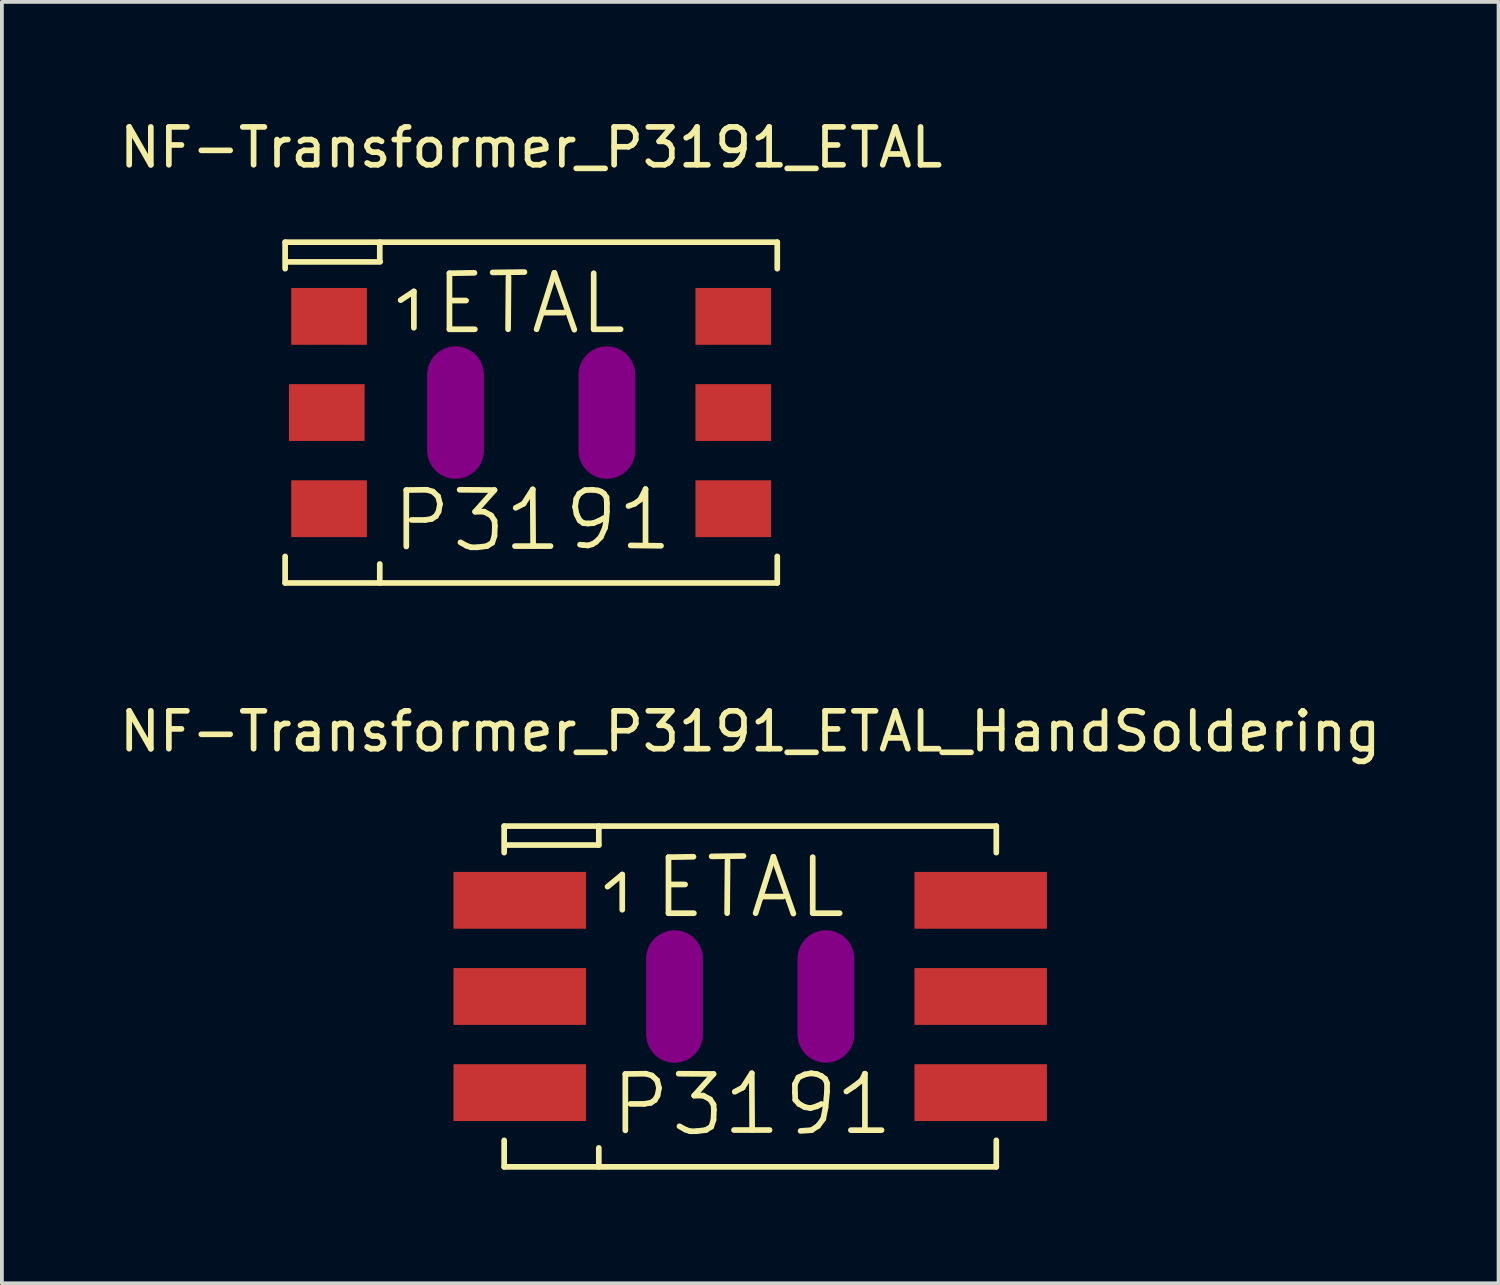
<source format=kicad_pcb>
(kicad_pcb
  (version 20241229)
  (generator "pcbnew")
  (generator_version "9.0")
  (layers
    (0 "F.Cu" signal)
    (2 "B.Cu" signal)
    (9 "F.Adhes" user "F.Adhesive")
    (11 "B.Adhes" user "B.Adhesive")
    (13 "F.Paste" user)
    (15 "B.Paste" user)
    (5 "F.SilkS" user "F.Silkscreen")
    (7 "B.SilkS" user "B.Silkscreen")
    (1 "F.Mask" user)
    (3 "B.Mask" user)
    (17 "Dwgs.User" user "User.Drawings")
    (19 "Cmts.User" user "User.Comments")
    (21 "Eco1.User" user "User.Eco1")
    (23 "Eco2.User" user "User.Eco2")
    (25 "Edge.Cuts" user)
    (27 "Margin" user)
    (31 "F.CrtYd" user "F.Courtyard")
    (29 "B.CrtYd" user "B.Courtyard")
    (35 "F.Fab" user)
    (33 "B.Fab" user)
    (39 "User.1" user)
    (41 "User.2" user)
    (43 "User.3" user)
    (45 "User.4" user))
  (footprint "NF-Transformer_P3191_ETAL_HandSoldering"
    (layer "F.Cu")
    (at 16.768 23.273)
    (property "Reference" "NF-Transformer_P3191_ETAL_HandSoldering" (at 0 -7 0) (layer "F.SilkS") (effects (font (size 1 1) (thickness 0.15))))
    (attr smd)
    (fp_line (start -6.5 -4.501) (end -6.5 -3.8) (stroke (width 0.15) (type solid)) (layer "F.SilkS"))
    (fp_line (start -6.5 3.8) (end -6.5 4.501) (stroke (width 0.15) (type solid)) (layer "F.SilkS"))
    (fp_line (start -6.5 4.501) (end 6.5 4.501) (stroke (width 0.15) (type solid)) (layer "F.SilkS"))
    (fp_line (start -4 -4.501) (end -4 -4) (stroke (width 0.15) (type solid)) (layer "F.SilkS"))
    (fp_line (start -4 -4) (end -6.421 -4) (stroke (width 0.15) (type solid)) (layer "F.SilkS"))
    (fp_line (start -4 4.501) (end -4 4) (stroke (width 0.15) (type solid)) (layer "F.SilkS"))
    (fp_line (start -3.769 -2.901) (end -3.381 -3.221) (stroke (width 0.15) (type solid)) (layer "F.SilkS"))
    (fp_line (start -3.381 -3.221) (end -3.381 -2.291) (stroke (width 0.15) (type solid)) (layer "F.SilkS"))
    (fp_line (start -3.299 2.047) (end -2.758 2.04) (stroke (width 0.15) (type solid)) (layer "F.SilkS"))
    (fp_line (start -3.299 3.538) (end -3.299 2.047) (stroke (width 0.15) (type solid)) (layer "F.SilkS"))
    (fp_line (start -2.799 2.837) (end -3.16 2.837) (stroke (width 0.15) (type solid)) (layer "F.SilkS"))
    (fp_line (start -2.758 2.04) (end -2.598 2.088) (stroke (width 0.15) (type solid)) (layer "F.SilkS"))
    (fp_line (start -2.629 2.809) (end -2.799 2.837) (stroke (width 0.15) (type solid)) (layer "F.SilkS"))
    (fp_line (start -2.598 2.088) (end -2.459 2.217) (stroke (width 0.15) (type solid)) (layer "F.SilkS"))
    (fp_line (start -2.52 2.738) (end -2.629 2.809) (stroke (width 0.15) (type solid)) (layer "F.SilkS"))
    (fp_line (start -2.459 2.217) (end -2.41 2.418) (stroke (width 0.15) (type solid)) (layer "F.SilkS"))
    (fp_line (start -2.449 2.619) (end -2.52 2.738) (stroke (width 0.15) (type solid)) (layer "F.SilkS"))
    (fp_line (start -2.41 2.418) (end -2.449 2.619) (stroke (width 0.15) (type solid)) (layer "F.SilkS"))
    (fp_line (start -2.159 -3.68) (end -2.159 -2.2) (stroke (width 0.15) (type solid)) (layer "F.SilkS"))
    (fp_line (start -2.159 -2.2) (end -1.488 -2.2) (stroke (width 0.15) (type solid)) (layer "F.SilkS"))
    (fp_line (start -2.129 -2.959) (end -1.72 -2.959) (stroke (width 0.15) (type solid)) (layer "F.SilkS"))
    (fp_line (start -1.89 2.04) (end -0.97 2.047) (stroke (width 0.15) (type solid)) (layer "F.SilkS"))
    (fp_line (start -1.709 3.518) (end -1.869 3.429) (stroke (width 0.15) (type solid)) (layer "F.SilkS"))
    (fp_line (start -1.59 3.559) (end -1.709 3.518) (stroke (width 0.15) (type solid)) (layer "F.SilkS"))
    (fp_line (start -1.499 -3.691) (end -2.159 -3.68) (stroke (width 0.15) (type solid)) (layer "F.SilkS"))
    (fp_line (start -1.481 2.619) (end -1.24 2.619) (stroke (width 0.15) (type solid)) (layer "F.SilkS"))
    (fp_line (start -1.42 3.559) (end -1.59 3.559) (stroke (width 0.15) (type solid)) (layer "F.SilkS"))
    (fp_line (start -1.24 2.619) (end -1.059 2.718) (stroke (width 0.15) (type solid)) (layer "F.SilkS"))
    (fp_line (start -1.171 3.528) (end -1.42 3.559) (stroke (width 0.15) (type solid)) (layer "F.SilkS"))
    (fp_line (start -1.059 2.718) (end -0.97 2.857) (stroke (width 0.15) (type solid)) (layer "F.SilkS"))
    (fp_line (start -1.029 3.439) (end -1.171 3.528) (stroke (width 0.15) (type solid)) (layer "F.SilkS"))
    (fp_line (start -1.019 -3.701) (end -0.178 -3.711) (stroke (width 0.15) (type solid)) (layer "F.SilkS"))
    (fp_line (start -0.97 2.047) (end -1.481 2.619) (stroke (width 0.15) (type solid)) (layer "F.SilkS"))
    (fp_line (start -0.97 2.857) (end -0.96 2.997) (stroke (width 0.15) (type solid)) (layer "F.SilkS"))
    (fp_line (start -0.97 3.259) (end -1.029 3.439) (stroke (width 0.15) (type solid)) (layer "F.SilkS"))
    (fp_line (start -0.96 2.997) (end -0.97 3.259) (stroke (width 0.15) (type solid)) (layer "F.SilkS"))
    (fp_line (start -0.61 -2.2) (end -0.599 -3.589) (stroke (width 0.15) (type solid)) (layer "F.SilkS"))
    (fp_line (start -0.429 3.528) (end 0.511 3.528) (stroke (width 0.15) (type solid)) (layer "F.SilkS"))
    (fp_line (start -0.409 2.517) (end -0.201 2.408) (stroke (width 0.15) (type solid)) (layer "F.SilkS"))
    (fp_line (start -0.201 2.408) (end 0.041 2.029) (stroke (width 0.15) (type solid)) (layer "F.SilkS"))
    (fp_line (start 0.041 2.029) (end 0.051 3.528) (stroke (width 0.15) (type solid)) (layer "F.SilkS"))
    (fp_line (start 0.142 -2.2) (end 0.612 -3.691) (stroke (width 0.15) (type solid)) (layer "F.SilkS"))
    (fp_line (start 0.32 -2.639) (end 0.861 -2.639) (stroke (width 0.15) (type solid)) (layer "F.SilkS"))
    (fp_line (start 0.612 -3.691) (end 1.14 -2.189) (stroke (width 0.15) (type solid)) (layer "F.SilkS"))
    (fp_line (start 1.181 2.319) (end 1.181 2.54) (stroke (width 0.15) (type solid)) (layer "F.SilkS"))
    (fp_line (start 1.181 2.54) (end 1.191 2.731) (stroke (width 0.15) (type solid)) (layer "F.SilkS"))
    (fp_line (start 1.191 2.731) (end 1.29 2.84) (stroke (width 0.15) (type solid)) (layer "F.SilkS"))
    (fp_line (start 1.27 2.141) (end 1.181 2.319) (stroke (width 0.15) (type solid)) (layer "F.SilkS"))
    (fp_line (start 1.29 2.84) (end 1.44 2.921) (stroke (width 0.15) (type solid)) (layer "F.SilkS"))
    (fp_line (start 1.331 3.551) (end 1.621 3.531) (stroke (width 0.15) (type solid)) (layer "F.SilkS"))
    (fp_line (start 1.44 2.06) (end 1.27 2.141) (stroke (width 0.15) (type solid)) (layer "F.SilkS"))
    (fp_line (start 1.44 2.921) (end 1.59 2.949) (stroke (width 0.15) (type solid)) (layer "F.SilkS"))
    (fp_line (start 1.59 2.949) (end 1.76 2.901) (stroke (width 0.15) (type solid)) (layer "F.SilkS"))
    (fp_line (start 1.61 2.029) (end 1.44 2.06) (stroke (width 0.15) (type solid)) (layer "F.SilkS"))
    (fp_line (start 1.621 3.531) (end 1.791 3.419) (stroke (width 0.15) (type solid)) (layer "F.SilkS"))
    (fp_line (start 1.651 -3.68) (end 1.651 -2.2) (stroke (width 0.15) (type solid)) (layer "F.SilkS"))
    (fp_line (start 1.651 -2.2) (end 2.362 -2.2) (stroke (width 0.15) (type solid)) (layer "F.SilkS"))
    (fp_line (start 1.76 2.05) (end 1.61 2.029) (stroke (width 0.15) (type solid)) (layer "F.SilkS"))
    (fp_line (start 1.76 2.901) (end 1.88 2.84) (stroke (width 0.15) (type solid)) (layer "F.SilkS"))
    (fp_line (start 1.791 3.419) (end 1.93 3.231) (stroke (width 0.15) (type solid)) (layer "F.SilkS"))
    (fp_line (start 1.88 2.101) (end 1.76 2.05) (stroke (width 0.15) (type solid)) (layer "F.SilkS"))
    (fp_line (start 1.93 3.231) (end 1.989 2.931) (stroke (width 0.15) (type solid)) (layer "F.SilkS"))
    (fp_line (start 1.981 2.179) (end 1.88 2.101) (stroke (width 0.15) (type solid)) (layer "F.SilkS"))
    (fp_line (start 1.989 2.931) (end 2.029 2.51) (stroke (width 0.15) (type solid)) (layer "F.SilkS"))
    (fp_line (start 2.029 2.291) (end 1.981 2.179) (stroke (width 0.15) (type solid)) (layer "F.SilkS"))
    (fp_line (start 2.029 2.51) (end 2.029 2.291) (stroke (width 0.15) (type solid)) (layer "F.SilkS"))
    (fp_line (start 2.54 2.51) (end 2.761 2.36) (stroke (width 0.15) (type solid)) (layer "F.SilkS"))
    (fp_line (start 2.659 3.531) (end 3.47 3.531) (stroke (width 0.15) (type solid)) (layer "F.SilkS"))
    (fp_line (start 2.761 2.36) (end 2.949 2.21) (stroke (width 0.15) (type solid)) (layer "F.SilkS"))
    (fp_line (start 2.949 2.21) (end 3.03 2.04) (stroke (width 0.15) (type solid)) (layer "F.SilkS"))
    (fp_line (start 3.03 2.04) (end 3.03 3.51) (stroke (width 0.15) (type solid)) (layer "F.SilkS"))
    (fp_line (start 6.5 -4.501) (end -6.5 -4.501) (stroke (width 0.15) (type solid)) (layer "F.SilkS"))
    (fp_line (start 6.5 -4.501) (end 6.5 -3.8) (stroke (width 0.15) (type solid)) (layer "F.SilkS"))
    (fp_line (start 6.5 3.8) (end 6.5 4.501) (stroke (width 0.15) (type solid)) (layer "F.SilkS"))
    (pad "" smd oval (at -1.999 0 90) (size 3.5 1.501) (layers "F.Adhes"))
    (pad "" smd oval (at 1.999 0 90) (size 3.5 1.501) (layers "F.Adhes"))
    (pad "1" smd rect (at -6.088 -2.54) (size 3.5 1.501) (layers "F.Cu" "F.Mask" "F.Paste"))
    (pad "2" smd rect (at -6.088 0) (size 3.5 1.501) (layers "F.Cu" "F.Mask" "F.Paste"))
    (pad "2" smd rect (at -6.088 2.54) (size 3.5 1.501) (layers "F.Cu" "F.Mask" "F.Paste"))
    (pad "3" smd rect (at 6.088 2.54) (size 3.5 1.501) (layers "F.Cu" "F.Mask" "F.Paste"))
    (pad "4" smd rect (at 6.088 0) (size 3.5 1.501) (layers "F.Cu" "F.Mask" "F.Paste"))
    (pad "5" smd rect (at 6.088 -2.54) (size 3.5 1.501) (layers "F.Cu" "F.Mask" "F.Paste")))
  (footprint "NF-Transformer_P3191_ETAL"
    (layer "F.Cu")
    (at 10.982 7.848)
    (property "Reference" "NF-Transformer_P3191_ETAL" (at 0 -7 0) (layer "F.SilkS") (effects (font (size 1 1) (thickness 0.15))))
    (attr smd)
    (fp_line (start -6.5 -4.501) (end -6.5 -3.8) (stroke (width 0.15) (type solid)) (layer "F.SilkS"))
    (fp_line (start -6.5 3.8) (end -6.5 4.501) (stroke (width 0.15) (type solid)) (layer "F.SilkS"))
    (fp_line (start -6.5 4.501) (end 6.5 4.501) (stroke (width 0.15) (type solid)) (layer "F.SilkS"))
    (fp_line (start -4 -4.501) (end -4 -4) (stroke (width 0.15) (type solid)) (layer "F.SilkS"))
    (fp_line (start -4 4.501) (end -4 4) (stroke (width 0.15) (type solid)) (layer "F.SilkS"))
    (fp_line (start -3.99 -3.98) (end -6.421 -3.98) (stroke (width 0.15) (type solid)) (layer "F.SilkS"))
    (fp_line (start -3.449 -2.969) (end -3.099 -3.2) (stroke (width 0.15) (type solid)) (layer "F.SilkS"))
    (fp_line (start -3.299 2.047) (end -2.758 2.04) (stroke (width 0.15) (type solid)) (layer "F.SilkS"))
    (fp_line (start -3.299 3.538) (end -3.299 2.047) (stroke (width 0.15) (type solid)) (layer "F.SilkS"))
    (fp_line (start -3.099 -3.2) (end -3.099 -2.24) (stroke (width 0.15) (type solid)) (layer "F.SilkS"))
    (fp_line (start -2.799 2.837) (end -3.16 2.837) (stroke (width 0.15) (type solid)) (layer "F.SilkS"))
    (fp_line (start -2.758 2.04) (end -2.598 2.088) (stroke (width 0.15) (type solid)) (layer "F.SilkS"))
    (fp_line (start -2.629 2.809) (end -2.799 2.837) (stroke (width 0.15) (type solid)) (layer "F.SilkS"))
    (fp_line (start -2.598 2.088) (end -2.459 2.217) (stroke (width 0.15) (type solid)) (layer "F.SilkS"))
    (fp_line (start -2.52 2.738) (end -2.629 2.809) (stroke (width 0.15) (type solid)) (layer "F.SilkS"))
    (fp_line (start -2.459 2.217) (end -2.41 2.418) (stroke (width 0.15) (type solid)) (layer "F.SilkS"))
    (fp_line (start -2.449 2.619) (end -2.52 2.738) (stroke (width 0.15) (type solid)) (layer "F.SilkS"))
    (fp_line (start -2.41 2.418) (end -2.449 2.619) (stroke (width 0.15) (type solid)) (layer "F.SilkS"))
    (fp_line (start -2.159 -3.68) (end -2.159 -2.2) (stroke (width 0.15) (type solid)) (layer "F.SilkS"))
    (fp_line (start -2.159 -2.2) (end -1.488 -2.2) (stroke (width 0.15) (type solid)) (layer "F.SilkS"))
    (fp_line (start -2.129 -2.959) (end -1.72 -2.959) (stroke (width 0.15) (type solid)) (layer "F.SilkS"))
    (fp_line (start -1.89 2.04) (end -0.97 2.047) (stroke (width 0.15) (type solid)) (layer "F.SilkS"))
    (fp_line (start -1.709 3.518) (end -1.869 3.429) (stroke (width 0.15) (type solid)) (layer "F.SilkS"))
    (fp_line (start -1.59 3.559) (end -1.709 3.518) (stroke (width 0.15) (type solid)) (layer "F.SilkS"))
    (fp_line (start -1.499 -3.691) (end -2.159 -3.68) (stroke (width 0.15) (type solid)) (layer "F.SilkS"))
    (fp_line (start -1.481 2.619) (end -1.24 2.619) (stroke (width 0.15) (type solid)) (layer "F.SilkS"))
    (fp_line (start -1.42 3.559) (end -1.59 3.559) (stroke (width 0.15) (type solid)) (layer "F.SilkS"))
    (fp_line (start -1.24 2.619) (end -1.059 2.718) (stroke (width 0.15) (type solid)) (layer "F.SilkS"))
    (fp_line (start -1.171 3.528) (end -1.42 3.559) (stroke (width 0.15) (type solid)) (layer "F.SilkS"))
    (fp_line (start -1.059 2.718) (end -0.97 2.857) (stroke (width 0.15) (type solid)) (layer "F.SilkS"))
    (fp_line (start -1.029 3.439) (end -1.171 3.528) (stroke (width 0.15) (type solid)) (layer "F.SilkS"))
    (fp_line (start -1.019 -3.701) (end -0.178 -3.711) (stroke (width 0.15) (type solid)) (layer "F.SilkS"))
    (fp_line (start -0.97 2.047) (end -1.481 2.619) (stroke (width 0.15) (type solid)) (layer "F.SilkS"))
    (fp_line (start -0.97 2.857) (end -0.96 2.997) (stroke (width 0.15) (type solid)) (layer "F.SilkS"))
    (fp_line (start -0.97 3.259) (end -1.029 3.439) (stroke (width 0.15) (type solid)) (layer "F.SilkS"))
    (fp_line (start -0.96 2.997) (end -0.97 3.259) (stroke (width 0.15) (type solid)) (layer "F.SilkS"))
    (fp_line (start -0.61 -2.2) (end -0.599 -3.589) (stroke (width 0.15) (type solid)) (layer "F.SilkS"))
    (fp_line (start -0.429 3.528) (end 0.511 3.528) (stroke (width 0.15) (type solid)) (layer "F.SilkS"))
    (fp_line (start -0.409 2.517) (end -0.201 2.408) (stroke (width 0.15) (type solid)) (layer "F.SilkS"))
    (fp_line (start -0.201 2.408) (end 0.041 2.029) (stroke (width 0.15) (type solid)) (layer "F.SilkS"))
    (fp_line (start 0.041 2.029) (end 0.051 3.528) (stroke (width 0.15) (type solid)) (layer "F.SilkS"))
    (fp_line (start 0.142 -2.2) (end 0.612 -3.691) (stroke (width 0.15) (type solid)) (layer "F.SilkS"))
    (fp_line (start 0.32 -2.639) (end 0.861 -2.639) (stroke (width 0.15) (type solid)) (layer "F.SilkS"))
    (fp_line (start 0.612 -3.691) (end 1.14 -2.189) (stroke (width 0.15) (type solid)) (layer "F.SilkS"))
    (fp_line (start 1.161 2.489) (end 1.199 2.69) (stroke (width 0.15) (type solid)) (layer "F.SilkS"))
    (fp_line (start 1.191 2.281) (end 1.161 2.489) (stroke (width 0.15) (type solid)) (layer "F.SilkS"))
    (fp_line (start 1.199 2.69) (end 1.28 2.85) (stroke (width 0.15) (type solid)) (layer "F.SilkS"))
    (fp_line (start 1.27 2.141) (end 1.191 2.281) (stroke (width 0.15) (type solid)) (layer "F.SilkS"))
    (fp_line (start 1.28 2.85) (end 1.379 2.921) (stroke (width 0.15) (type solid)) (layer "F.SilkS"))
    (fp_line (start 1.29 3.49) (end 1.379 3.5) (stroke (width 0.15) (type solid)) (layer "F.SilkS"))
    (fp_line (start 1.379 2.921) (end 1.501 2.931) (stroke (width 0.15) (type solid)) (layer "F.SilkS"))
    (fp_line (start 1.379 3.5) (end 1.501 3.51) (stroke (width 0.15) (type solid)) (layer "F.SilkS"))
    (fp_line (start 1.42 2.05) (end 1.27 2.141) (stroke (width 0.15) (type solid)) (layer "F.SilkS"))
    (fp_line (start 1.501 2.931) (end 1.641 2.921) (stroke (width 0.15) (type solid)) (layer "F.SilkS"))
    (fp_line (start 1.501 3.51) (end 1.61 3.48) (stroke (width 0.15) (type solid)) (layer "F.SilkS"))
    (fp_line (start 1.61 3.48) (end 1.709 3.419) (stroke (width 0.15) (type solid)) (layer "F.SilkS"))
    (fp_line (start 1.621 2.04) (end 1.42 2.05) (stroke (width 0.15) (type solid)) (layer "F.SilkS"))
    (fp_line (start 1.641 2.921) (end 1.791 2.86) (stroke (width 0.15) (type solid)) (layer "F.SilkS"))
    (fp_line (start 1.651 -3.68) (end 1.651 -2.2) (stroke (width 0.15) (type solid)) (layer "F.SilkS"))
    (fp_line (start 1.651 -2.2) (end 2.362 -2.2) (stroke (width 0.15) (type solid)) (layer "F.SilkS"))
    (fp_line (start 1.709 3.419) (end 1.839 3.289) (stroke (width 0.15) (type solid)) (layer "F.SilkS"))
    (fp_line (start 1.77 2.06) (end 1.621 2.04) (stroke (width 0.15) (type solid)) (layer "F.SilkS"))
    (fp_line (start 1.791 2.86) (end 1.92 2.789) (stroke (width 0.15) (type solid)) (layer "F.SilkS"))
    (fp_line (start 1.839 3.289) (end 1.951 3.04) (stroke (width 0.15) (type solid)) (layer "F.SilkS"))
    (fp_line (start 1.849 2.09) (end 1.77 2.06) (stroke (width 0.15) (type solid)) (layer "F.SilkS"))
    (fp_line (start 1.92 2.141) (end 1.849 2.09) (stroke (width 0.15) (type solid)) (layer "F.SilkS"))
    (fp_line (start 1.951 3.04) (end 1.981 2.85) (stroke (width 0.15) (type solid)) (layer "F.SilkS"))
    (fp_line (start 1.981 2.85) (end 1.999 2.619) (stroke (width 0.15) (type solid)) (layer "F.SilkS"))
    (fp_line (start 1.989 2.24) (end 1.92 2.141) (stroke (width 0.15) (type solid)) (layer "F.SilkS"))
    (fp_line (start 1.999 2.4) (end 1.989 2.24) (stroke (width 0.15) (type solid)) (layer "F.SilkS"))
    (fp_line (start 1.999 2.619) (end 1.999 2.4) (stroke (width 0.15) (type solid)) (layer "F.SilkS"))
    (fp_line (start 2.57 2.469) (end 2.731 2.41) (stroke (width 0.15) (type solid)) (layer "F.SilkS"))
    (fp_line (start 2.629 3.51) (end 3.429 3.52) (stroke (width 0.15) (type solid)) (layer "F.SilkS"))
    (fp_line (start 2.731 2.41) (end 2.88 2.301) (stroke (width 0.15) (type solid)) (layer "F.SilkS"))
    (fp_line (start 2.88 2.301) (end 3.02 2.029) (stroke (width 0.15) (type solid)) (layer "F.SilkS"))
    (fp_line (start 3.02 2.019) (end 3.02 3.48) (stroke (width 0.15) (type solid)) (layer "F.SilkS"))
    (fp_line (start 6.5 -4.501) (end -6.5 -4.501) (stroke (width 0.15) (type solid)) (layer "F.SilkS"))
    (fp_line (start 6.5 -4.501) (end 6.5 -3.8) (stroke (width 0.15) (type solid)) (layer "F.SilkS"))
    (fp_line (start 6.5 3.8) (end 6.5 4.501) (stroke (width 0.15) (type solid)) (layer "F.SilkS"))
    (pad "" smd oval (at -1.999 0 90) (size 3.5 1.501) (layers "F.Adhes"))
    (pad "" smd oval (at 1.999 0 90) (size 3.5 1.501) (layers "F.Adhes"))
    (pad "1" smd rect (at -5.339 -2.54) (size 1.999 1.501) (layers "F.Cu" "F.Mask" "F.Paste"))
    (pad "2" smd rect (at -5.4 0) (size 1.999 1.501) (layers "F.Cu" "F.Mask" "F.Paste"))
    (pad "2" smd rect (at -5.339 2.54) (size 1.999 1.501) (layers "F.Cu" "F.Mask" "F.Paste"))
    (pad "3" smd rect (at 5.339 2.54) (size 1.999 1.501) (layers "F.Cu" "F.Mask" "F.Paste"))
    (pad "4" smd rect (at 5.339 0) (size 1.999 1.501) (layers "F.Cu" "F.Mask" "F.Paste"))
    (pad "5" smd rect (at 5.339 -2.54) (size 1.999 1.501) (layers "F.Cu" "F.Mask" "F.Paste")))
  (gr_rect
    (start -3 -3)
    (end 36.536 30.849)
    (stroke (width 0.1) (type default))
    (fill no)
    (layer "Edge.Cuts")))
</source>
